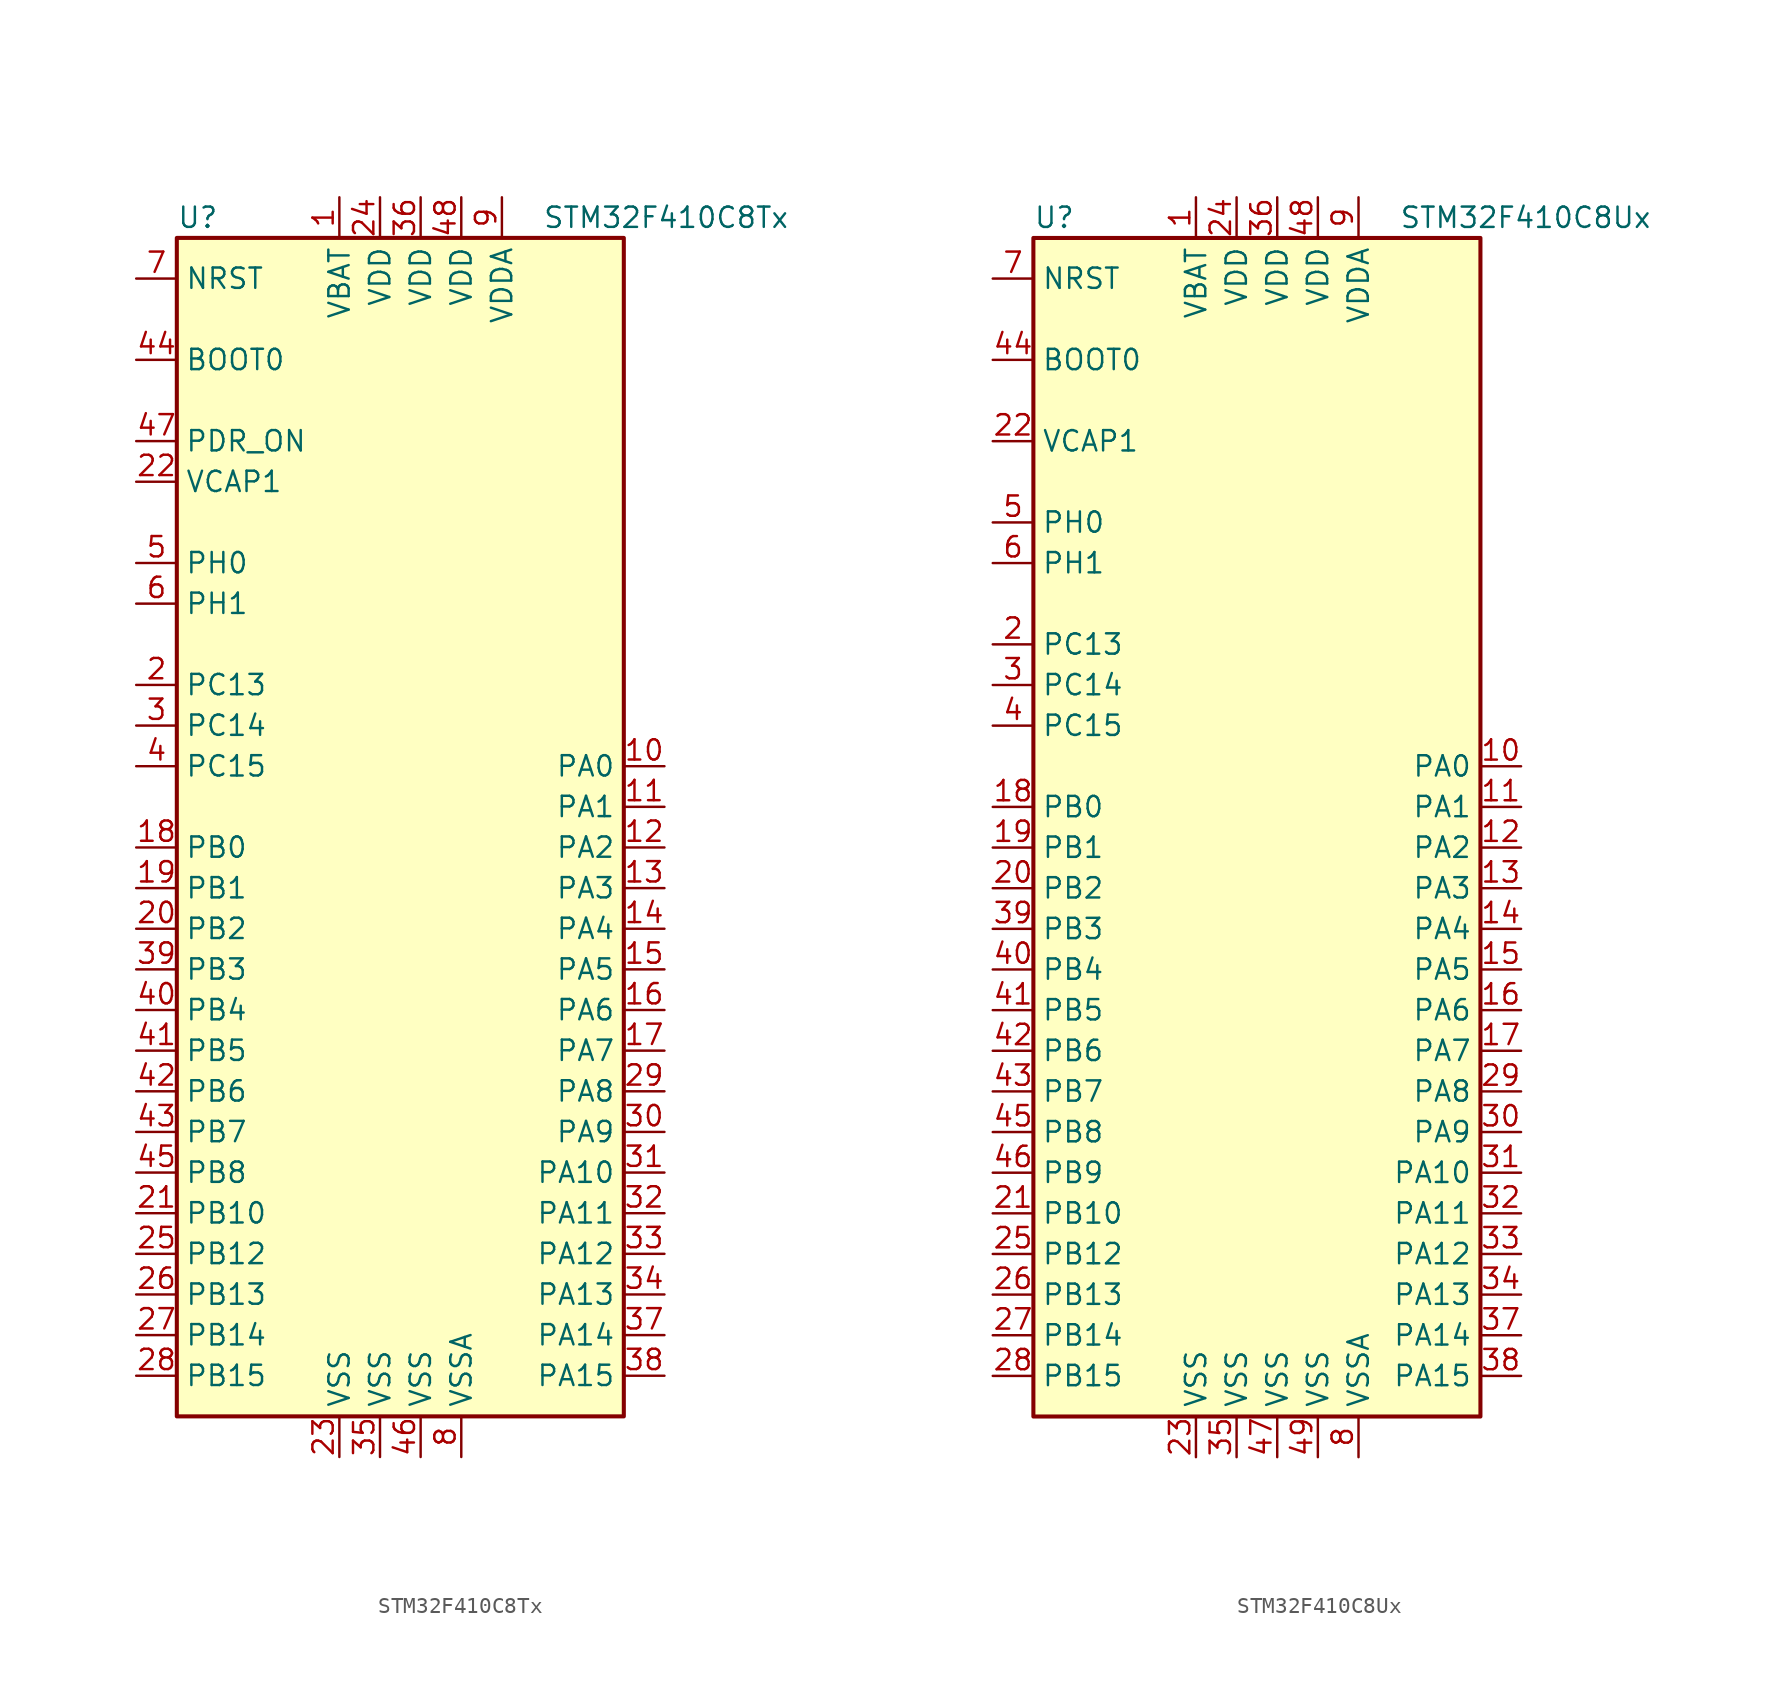
<source format=kicad_sym>
(kicad_symbol_lib
  (version 20220914)
  (generator kicad_symbol_editor)
  (symbol "STM32F410C8Tx"
    (property "Reference" "U"
      (at -15.24 36.83 0)
      (effects (font (size 1.27 1.27)) (justify left)))
    (property "Value" "STM32F410C8Tx"
      (at 7.62 36.83 0)
      (effects (font (size 1.27 1.27)) (justify left)))
    (symbol "STM32F410C8Tx_0_1"
      (rectangle (start -15.24 -38.1) (end 12.7 35.56) (stroke (width 0.254) (type default)) (fill (type background))))
    (symbol "STM32F410C8Tx_1_1"
      (pin power_in line (at -5.08 38.1 270) (length 2.54) (name "VBAT" (effects (font (size 1.27 1.27)))) (number "1" (effects (font (size 1.27 1.27)))))
      (pin bidirectional line (at 15.24 2.54 180) (length 2.54) (name "PA0" (effects (font (size 1.27 1.27)))) (number "10" (effects (font (size 1.27 1.27)))))
      (pin bidirectional line (at 15.24 0 180) (length 2.54) (name "PA1" (effects (font (size 1.27 1.27)))) (number "11" (effects (font (size 1.27 1.27)))))
      (pin bidirectional line (at 15.24 -2.54 180) (length 2.54) (name "PA2" (effects (font (size 1.27 1.27)))) (number "12" (effects (font (size 1.27 1.27)))))
      (pin bidirectional line (at 15.24 -5.08 180) (length 2.54) (name "PA3" (effects (font (size 1.27 1.27)))) (number "13" (effects (font (size 1.27 1.27)))))
      (pin bidirectional line (at 15.24 -7.62 180) (length 2.54) (name "PA4" (effects (font (size 1.27 1.27)))) (number "14" (effects (font (size 1.27 1.27)))))
      (pin bidirectional line (at 15.24 -10.16 180) (length 2.54) (name "PA5" (effects (font (size 1.27 1.27)))) (number "15" (effects (font (size 1.27 1.27)))))
      (pin bidirectional line (at 15.24 -12.7 180) (length 2.54) (name "PA6" (effects (font (size 1.27 1.27)))) (number "16" (effects (font (size 1.27 1.27)))))
      (pin bidirectional line (at 15.24 -15.24 180) (length 2.54) (name "PA7" (effects (font (size 1.27 1.27)))) (number "17" (effects (font (size 1.27 1.27)))))
      (pin bidirectional line (at -17.78 -2.54 0) (length 2.54) (name "PB0" (effects (font (size 1.27 1.27)))) (number "18" (effects (font (size 1.27 1.27)))))
      (pin bidirectional line (at -17.78 -5.08 0) (length 2.54) (name "PB1" (effects (font (size 1.27 1.27)))) (number "19" (effects (font (size 1.27 1.27)))))
      (pin bidirectional line (at -17.78 7.62 0) (length 2.54) (name "PC13" (effects (font (size 1.27 1.27)))) (number "2" (effects (font (size 1.27 1.27)))))
      (pin bidirectional line (at -17.78 -7.62 0) (length 2.54) (name "PB2" (effects (font (size 1.27 1.27)))) (number "20" (effects (font (size 1.27 1.27)))))
      (pin bidirectional line (at -17.78 -25.4 0) (length 2.54) (name "PB10" (effects (font (size 1.27 1.27)))) (number "21" (effects (font (size 1.27 1.27)))))
      (pin power_in line (at -17.78 20.32 0) (length 2.54) (name "VCAP1" (effects (font (size 1.27 1.27)))) (number "22" (effects (font (size 1.27 1.27)))))
      (pin power_in line (at -5.08 -40.64 90) (length 2.54) (name "VSS" (effects (font (size 1.27 1.27)))) (number "23" (effects (font (size 1.27 1.27)))))
      (pin power_in line (at -2.54 38.1 270) (length 2.54) (name "VDD" (effects (font (size 1.27 1.27)))) (number "24" (effects (font (size 1.27 1.27)))))
      (pin bidirectional line (at -17.78 -27.94 0) (length 2.54) (name "PB12" (effects (font (size 1.27 1.27)))) (number "25" (effects (font (size 1.27 1.27)))))
      (pin bidirectional line (at -17.78 -30.48 0) (length 2.54) (name "PB13" (effects (font (size 1.27 1.27)))) (number "26" (effects (font (size 1.27 1.27)))))
      (pin bidirectional line (at -17.78 -33.02 0) (length 2.54) (name "PB14" (effects (font (size 1.27 1.27)))) (number "27" (effects (font (size 1.27 1.27)))))
      (pin bidirectional line (at -17.78 -35.56 0) (length 2.54) (name "PB15" (effects (font (size 1.27 1.27)))) (number "28" (effects (font (size 1.27 1.27)))))
      (pin bidirectional line (at 15.24 -17.78 180) (length 2.54) (name "PA8" (effects (font (size 1.27 1.27)))) (number "29" (effects (font (size 1.27 1.27)))))
      (pin bidirectional line (at -17.78 5.08 0) (length 2.54) (name "PC14" (effects (font (size 1.27 1.27)))) (number "3" (effects (font (size 1.27 1.27)))))
      (pin bidirectional line (at 15.24 -20.32 180) (length 2.54) (name "PA9" (effects (font (size 1.27 1.27)))) (number "30" (effects (font (size 1.27 1.27)))))
      (pin bidirectional line (at 15.24 -22.86 180) (length 2.54) (name "PA10" (effects (font (size 1.27 1.27)))) (number "31" (effects (font (size 1.27 1.27)))))
      (pin bidirectional line (at 15.24 -25.4 180) (length 2.54) (name "PA11" (effects (font (size 1.27 1.27)))) (number "32" (effects (font (size 1.27 1.27)))))
      (pin bidirectional line (at 15.24 -27.94 180) (length 2.54) (name "PA12" (effects (font (size 1.27 1.27)))) (number "33" (effects (font (size 1.27 1.27)))))
      (pin bidirectional line (at 15.24 -30.48 180) (length 2.54) (name "PA13" (effects (font (size 1.27 1.27)))) (number "34" (effects (font (size 1.27 1.27)))))
      (pin power_in line (at -2.54 -40.64 90) (length 2.54) (name "VSS" (effects (font (size 1.27 1.27)))) (number "35" (effects (font (size 1.27 1.27)))))
      (pin power_in line (at 0 38.1 270) (length 2.54) (name "VDD" (effects (font (size 1.27 1.27)))) (number "36" (effects (font (size 1.27 1.27)))))
      (pin bidirectional line (at 15.24 -33.02 180) (length 2.54) (name "PA14" (effects (font (size 1.27 1.27)))) (number "37" (effects (font (size 1.27 1.27)))))
      (pin bidirectional line (at 15.24 -35.56 180) (length 2.54) (name "PA15" (effects (font (size 1.27 1.27)))) (number "38" (effects (font (size 1.27 1.27)))))
      (pin bidirectional line (at -17.78 -10.16 0) (length 2.54) (name "PB3" (effects (font (size 1.27 1.27)))) (number "39" (effects (font (size 1.27 1.27)))))
      (pin bidirectional line (at -17.78 2.54 0) (length 2.54) (name "PC15" (effects (font (size 1.27 1.27)))) (number "4" (effects (font (size 1.27 1.27)))))
      (pin bidirectional line (at -17.78 -12.7 0) (length 2.54) (name "PB4" (effects (font (size 1.27 1.27)))) (number "40" (effects (font (size 1.27 1.27)))))
      (pin bidirectional line (at -17.78 -15.24 0) (length 2.54) (name "PB5" (effects (font (size 1.27 1.27)))) (number "41" (effects (font (size 1.27 1.27)))))
      (pin bidirectional line (at -17.78 -17.78 0) (length 2.54) (name "PB6" (effects (font (size 1.27 1.27)))) (number "42" (effects (font (size 1.27 1.27)))))
      (pin bidirectional line (at -17.78 -20.32 0) (length 2.54) (name "PB7" (effects (font (size 1.27 1.27)))) (number "43" (effects (font (size 1.27 1.27)))))
      (pin input line (at -17.78 27.94 0) (length 2.54) (name "BOOT0" (effects (font (size 1.27 1.27)))) (number "44" (effects (font (size 1.27 1.27)))))
      (pin bidirectional line (at -17.78 -22.86 0) (length 2.54) (name "PB8" (effects (font (size 1.27 1.27)))) (number "45" (effects (font (size 1.27 1.27)))))
      (pin power_in line (at 0 -40.64 90) (length 2.54) (name "VSS" (effects (font (size 1.27 1.27)))) (number "46" (effects (font (size 1.27 1.27)))))
      (pin power_in line (at -17.78 22.86 0) (length 2.54) (name "PDR_ON" (effects (font (size 1.27 1.27)))) (number "47" (effects (font (size 1.27 1.27)))))
      (pin power_in line (at 2.54 38.1 270) (length 2.54) (name "VDD" (effects (font (size 1.27 1.27)))) (number "48" (effects (font (size 1.27 1.27)))))
      (pin input line (at -17.78 15.24 0) (length 2.54) (name "PH0" (effects (font (size 1.27 1.27)))) (number "5" (effects (font (size 1.27 1.27)))))
      (pin input line (at -17.78 12.7 0) (length 2.54) (name "PH1" (effects (font (size 1.27 1.27)))) (number "6" (effects (font (size 1.27 1.27)))))
      (pin input line (at -17.78 33.02 0) (length 2.54) (name "NRST" (effects (font (size 1.27 1.27)))) (number "7" (effects (font (size 1.27 1.27)))))
      (pin power_in line (at 2.54 -40.64 90) (length 2.54) (name "VSSA" (effects (font (size 1.27 1.27)))) (number "8" (effects (font (size 1.27 1.27)))))
      (pin power_in line (at 5.08 38.1 270) (length 2.54) (name "VDDA" (effects (font (size 1.27 1.27)))) (number "9" (effects (font (size 1.27 1.27)))))))
  (symbol "STM32F410C8Ux"
    (property "Reference" "U"
      (at -15.24 36.83 0)
      (effects (font (size 1.27 1.27)) (justify left)))
    (property "Value" "STM32F410C8Ux"
      (at 7.62 36.83 0)
      (effects (font (size 1.27 1.27)) (justify left)))
    (symbol "STM32F410C8Ux_0_1"
      (rectangle (start -15.24 -38.1) (end 12.7 35.56) (stroke (width 0.254) (type default)) (fill (type background))))
    (symbol "STM32F410C8Ux_1_1"
      (pin power_in line (at -5.08 38.1 270) (length 2.54) (name "VBAT" (effects (font (size 1.27 1.27)))) (number "1" (effects (font (size 1.27 1.27)))))
      (pin bidirectional line (at 15.24 2.54 180) (length 2.54) (name "PA0" (effects (font (size 1.27 1.27)))) (number "10" (effects (font (size 1.27 1.27)))))
      (pin bidirectional line (at 15.24 0 180) (length 2.54) (name "PA1" (effects (font (size 1.27 1.27)))) (number "11" (effects (font (size 1.27 1.27)))))
      (pin bidirectional line (at 15.24 -2.54 180) (length 2.54) (name "PA2" (effects (font (size 1.27 1.27)))) (number "12" (effects (font (size 1.27 1.27)))))
      (pin bidirectional line (at 15.24 -5.08 180) (length 2.54) (name "PA3" (effects (font (size 1.27 1.27)))) (number "13" (effects (font (size 1.27 1.27)))))
      (pin bidirectional line (at 15.24 -7.62 180) (length 2.54) (name "PA4" (effects (font (size 1.27 1.27)))) (number "14" (effects (font (size 1.27 1.27)))))
      (pin bidirectional line (at 15.24 -10.16 180) (length 2.54) (name "PA5" (effects (font (size 1.27 1.27)))) (number "15" (effects (font (size 1.27 1.27)))))
      (pin bidirectional line (at 15.24 -12.7 180) (length 2.54) (name "PA6" (effects (font (size 1.27 1.27)))) (number "16" (effects (font (size 1.27 1.27)))))
      (pin bidirectional line (at 15.24 -15.24 180) (length 2.54) (name "PA7" (effects (font (size 1.27 1.27)))) (number "17" (effects (font (size 1.27 1.27)))))
      (pin bidirectional line (at -17.78 0 0) (length 2.54) (name "PB0" (effects (font (size 1.27 1.27)))) (number "18" (effects (font (size 1.27 1.27)))))
      (pin bidirectional line (at -17.78 -2.54 0) (length 2.54) (name "PB1" (effects (font (size 1.27 1.27)))) (number "19" (effects (font (size 1.27 1.27)))))
      (pin bidirectional line (at -17.78 10.16 0) (length 2.54) (name "PC13" (effects (font (size 1.27 1.27)))) (number "2" (effects (font (size 1.27 1.27)))))
      (pin bidirectional line (at -17.78 -5.08 0) (length 2.54) (name "PB2" (effects (font (size 1.27 1.27)))) (number "20" (effects (font (size 1.27 1.27)))))
      (pin bidirectional line (at -17.78 -25.4 0) (length 2.54) (name "PB10" (effects (font (size 1.27 1.27)))) (number "21" (effects (font (size 1.27 1.27)))))
      (pin power_in line (at -17.78 22.86 0) (length 2.54) (name "VCAP1" (effects (font (size 1.27 1.27)))) (number "22" (effects (font (size 1.27 1.27)))))
      (pin power_in line (at -5.08 -40.64 90) (length 2.54) (name "VSS" (effects (font (size 1.27 1.27)))) (number "23" (effects (font (size 1.27 1.27)))))
      (pin power_in line (at -2.54 38.1 270) (length 2.54) (name "VDD" (effects (font (size 1.27 1.27)))) (number "24" (effects (font (size 1.27 1.27)))))
      (pin bidirectional line (at -17.78 -27.94 0) (length 2.54) (name "PB12" (effects (font (size 1.27 1.27)))) (number "25" (effects (font (size 1.27 1.27)))))
      (pin bidirectional line (at -17.78 -30.48 0) (length 2.54) (name "PB13" (effects (font (size 1.27 1.27)))) (number "26" (effects (font (size 1.27 1.27)))))
      (pin bidirectional line (at -17.78 -33.02 0) (length 2.54) (name "PB14" (effects (font (size 1.27 1.27)))) (number "27" (effects (font (size 1.27 1.27)))))
      (pin bidirectional line (at -17.78 -35.56 0) (length 2.54) (name "PB15" (effects (font (size 1.27 1.27)))) (number "28" (effects (font (size 1.27 1.27)))))
      (pin bidirectional line (at 15.24 -17.78 180) (length 2.54) (name "PA8" (effects (font (size 1.27 1.27)))) (number "29" (effects (font (size 1.27 1.27)))))
      (pin bidirectional line (at -17.78 7.62 0) (length 2.54) (name "PC14" (effects (font (size 1.27 1.27)))) (number "3" (effects (font (size 1.27 1.27)))))
      (pin bidirectional line (at 15.24 -20.32 180) (length 2.54) (name "PA9" (effects (font (size 1.27 1.27)))) (number "30" (effects (font (size 1.27 1.27)))))
      (pin bidirectional line (at 15.24 -22.86 180) (length 2.54) (name "PA10" (effects (font (size 1.27 1.27)))) (number "31" (effects (font (size 1.27 1.27)))))
      (pin bidirectional line (at 15.24 -25.4 180) (length 2.54) (name "PA11" (effects (font (size 1.27 1.27)))) (number "32" (effects (font (size 1.27 1.27)))))
      (pin bidirectional line (at 15.24 -27.94 180) (length 2.54) (name "PA12" (effects (font (size 1.27 1.27)))) (number "33" (effects (font (size 1.27 1.27)))))
      (pin bidirectional line (at 15.24 -30.48 180) (length 2.54) (name "PA13" (effects (font (size 1.27 1.27)))) (number "34" (effects (font (size 1.27 1.27)))))
      (pin power_in line (at -2.54 -40.64 90) (length 2.54) (name "VSS" (effects (font (size 1.27 1.27)))) (number "35" (effects (font (size 1.27 1.27)))))
      (pin power_in line (at 0 38.1 270) (length 2.54) (name "VDD" (effects (font (size 1.27 1.27)))) (number "36" (effects (font (size 1.27 1.27)))))
      (pin bidirectional line (at 15.24 -33.02 180) (length 2.54) (name "PA14" (effects (font (size 1.27 1.27)))) (number "37" (effects (font (size 1.27 1.27)))))
      (pin bidirectional line (at 15.24 -35.56 180) (length 2.54) (name "PA15" (effects (font (size 1.27 1.27)))) (number "38" (effects (font (size 1.27 1.27)))))
      (pin bidirectional line (at -17.78 -7.62 0) (length 2.54) (name "PB3" (effects (font (size 1.27 1.27)))) (number "39" (effects (font (size 1.27 1.27)))))
      (pin bidirectional line (at -17.78 5.08 0) (length 2.54) (name "PC15" (effects (font (size 1.27 1.27)))) (number "4" (effects (font (size 1.27 1.27)))))
      (pin bidirectional line (at -17.78 -10.16 0) (length 2.54) (name "PB4" (effects (font (size 1.27 1.27)))) (number "40" (effects (font (size 1.27 1.27)))))
      (pin bidirectional line (at -17.78 -12.7 0) (length 2.54) (name "PB5" (effects (font (size 1.27 1.27)))) (number "41" (effects (font (size 1.27 1.27)))))
      (pin bidirectional line (at -17.78 -15.24 0) (length 2.54) (name "PB6" (effects (font (size 1.27 1.27)))) (number "42" (effects (font (size 1.27 1.27)))))
      (pin bidirectional line (at -17.78 -17.78 0) (length 2.54) (name "PB7" (effects (font (size 1.27 1.27)))) (number "43" (effects (font (size 1.27 1.27)))))
      (pin input line (at -17.78 27.94 0) (length 2.54) (name "BOOT0" (effects (font (size 1.27 1.27)))) (number "44" (effects (font (size 1.27 1.27)))))
      (pin bidirectional line (at -17.78 -20.32 0) (length 2.54) (name "PB8" (effects (font (size 1.27 1.27)))) (number "45" (effects (font (size 1.27 1.27)))))
      (pin bidirectional line (at -17.78 -22.86 0) (length 2.54) (name "PB9" (effects (font (size 1.27 1.27)))) (number "46" (effects (font (size 1.27 1.27)))))
      (pin power_in line (at 0 -40.64 90) (length 2.54) (name "VSS" (effects (font (size 1.27 1.27)))) (number "47" (effects (font (size 1.27 1.27)))))
      (pin power_in line (at 2.54 38.1 270) (length 2.54) (name "VDD" (effects (font (size 1.27 1.27)))) (number "48" (effects (font (size 1.27 1.27)))))
      (pin power_in line (at 2.54 -40.64 90) (length 2.54) (name "VSS" (effects (font (size 1.27 1.27)))) (number "49" (effects (font (size 1.27 1.27)))))
      (pin input line (at -17.78 17.78 0) (length 2.54) (name "PH0" (effects (font (size 1.27 1.27)))) (number "5" (effects (font (size 1.27 1.27)))))
      (pin input line (at -17.78 15.24 0) (length 2.54) (name "PH1" (effects (font (size 1.27 1.27)))) (number "6" (effects (font (size 1.27 1.27)))))
      (pin input line (at -17.78 33.02 0) (length 2.54) (name "NRST" (effects (font (size 1.27 1.27)))) (number "7" (effects (font (size 1.27 1.27)))))
      (pin power_in line (at 5.08 -40.64 90) (length 2.54) (name "VSSA" (effects (font (size 1.27 1.27)))) (number "8" (effects (font (size 1.27 1.27)))))
      (pin power_in line (at 5.08 38.1 270) (length 2.54) (name "VDDA" (effects (font (size 1.27 1.27)))) (number "9" (effects (font (size 1.27 1.27))))))))
</source>
